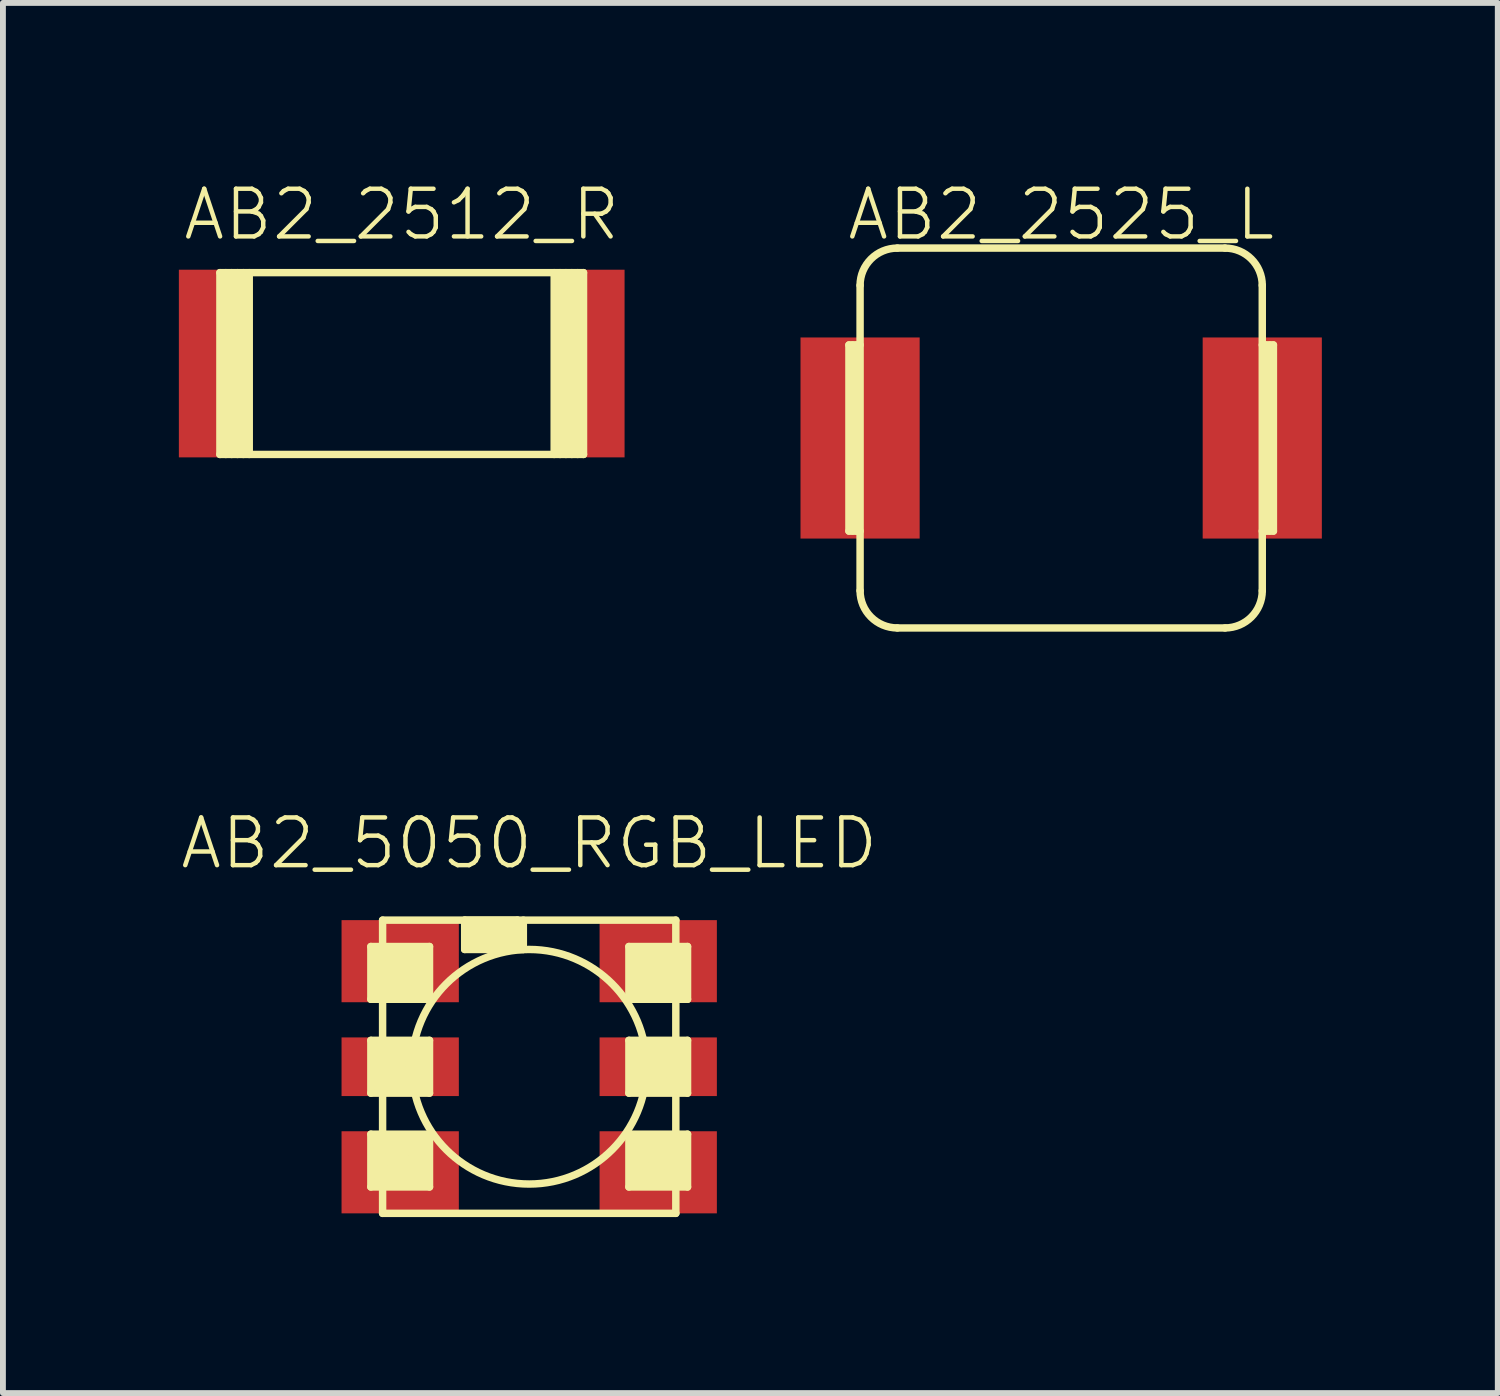
<source format=kicad_pcb>
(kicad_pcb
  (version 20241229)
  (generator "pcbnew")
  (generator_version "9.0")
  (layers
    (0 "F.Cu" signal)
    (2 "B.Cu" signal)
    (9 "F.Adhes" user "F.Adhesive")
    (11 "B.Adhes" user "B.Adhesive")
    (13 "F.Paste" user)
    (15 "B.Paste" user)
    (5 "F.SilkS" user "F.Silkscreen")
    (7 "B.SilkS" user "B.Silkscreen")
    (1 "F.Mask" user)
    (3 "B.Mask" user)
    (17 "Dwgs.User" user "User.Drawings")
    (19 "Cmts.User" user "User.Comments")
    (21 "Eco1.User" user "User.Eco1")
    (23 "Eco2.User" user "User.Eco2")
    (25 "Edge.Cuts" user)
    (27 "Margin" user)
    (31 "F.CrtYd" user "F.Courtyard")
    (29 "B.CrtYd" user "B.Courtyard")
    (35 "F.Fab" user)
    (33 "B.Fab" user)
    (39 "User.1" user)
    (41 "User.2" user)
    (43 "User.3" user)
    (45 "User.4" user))
  (footprint "AB2_5050_RGB_LED"
    (layer "F.Cu")
    (at 5.974 15.14)
    (property "Reference" "AB2_5050_RGB_LED" (at 0 -3.81 0) (layer "F.SilkS") (effects (font (size 0.813 0.813) (thickness 0.076))))
    (attr through_hole)
    (fp_line (start -2.7 -2.05) (end -2.7 -1.15) (stroke (width 0.127) (type solid)) (layer "F.SilkS"))
    (fp_line (start -2.7 -1.15) (end -1.7 -1.15) (stroke (width 0.127) (type solid)) (layer "F.SilkS"))
    (fp_line (start -2.7 -0.45) (end -1.7 -0.45) (stroke (width 0.127) (type solid)) (layer "F.SilkS"))
    (fp_line (start -2.7 0.45) (end -2.7 -0.45) (stroke (width 0.127) (type solid)) (layer "F.SilkS"))
    (fp_line (start -2.7 1.15) (end -2.7 2.05) (stroke (width 0.127) (type solid)) (layer "F.SilkS"))
    (fp_line (start -2.7 2.05) (end -1.7 2.05) (stroke (width 0.127) (type solid)) (layer "F.SilkS"))
    (fp_line (start -2.6 -1.95) (end -2.6 -1.25) (stroke (width 0.127) (type solid)) (layer "F.SilkS"))
    (fp_line (start -2.6 -1.25) (end -1.8 -1.25) (stroke (width 0.127) (type solid)) (layer "F.SilkS"))
    (fp_line (start -2.6 -0.35) (end -1.8 -0.35) (stroke (width 0.127) (type solid)) (layer "F.SilkS"))
    (fp_line (start -2.6 0.35) (end -2.6 -0.35) (stroke (width 0.127) (type solid)) (layer "F.SilkS"))
    (fp_line (start -2.6 1.25) (end -2.6 1.95) (stroke (width 0.127) (type solid)) (layer "F.SilkS"))
    (fp_line (start -2.6 1.95) (end -1.8 1.95) (stroke (width 0.127) (type solid)) (layer "F.SilkS"))
    (fp_line (start -2.5 -2.5) (end 2.5 -2.5) (stroke (width 0.127) (type solid)) (layer "F.SilkS"))
    (fp_line (start -2.5 -0.25) (end -1.9 -0.25) (stroke (width 0.127) (type solid)) (layer "F.SilkS"))
    (fp_line (start -2.5 0.25) (end -2.5 -0.25) (stroke (width 0.127) (type solid)) (layer "F.SilkS"))
    (fp_line (start -2.5 1.35) (end -2.5 1.85) (stroke (width 0.127) (type solid)) (layer "F.SilkS"))
    (fp_line (start -2.5 1.85) (end -1.9 1.85) (stroke (width 0.127) (type solid)) (layer "F.SilkS"))
    (fp_line (start -2.5 2.5) (end -2.5 -2.5) (stroke (width 0.127) (type solid)) (layer "F.SilkS"))
    (fp_line (start -2.4 -1.85) (end -2.4 -1.35) (stroke (width 0.127) (type solid)) (layer "F.SilkS"))
    (fp_line (start -2.4 -1.35) (end -1.9 -1.35) (stroke (width 0.127) (type solid)) (layer "F.SilkS"))
    (fp_line (start -2.4 -0.15) (end -2.05 -0.15) (stroke (width 0.127) (type solid)) (layer "F.SilkS"))
    (fp_line (start -2.4 0.15) (end -2.4 -0.15) (stroke (width 0.127) (type solid)) (layer "F.SilkS"))
    (fp_line (start -2.4 1.45) (end -2.4 1.75) (stroke (width 0.127) (type solid)) (layer "F.SilkS"))
    (fp_line (start -2.4 1.75) (end -2 1.75) (stroke (width 0.127) (type solid)) (layer "F.SilkS"))
    (fp_line (start -2.3 -1.75) (end -2.3 -1.45) (stroke (width 0.127) (type solid)) (layer "F.SilkS"))
    (fp_line (start -2.3 -1.45) (end -2 -1.45) (stroke (width 0.127) (type solid)) (layer "F.SilkS"))
    (fp_line (start -2.3 -0.05) (end -2.15 -0.05) (stroke (width 0.127) (type solid)) (layer "F.SilkS"))
    (fp_line (start -2.3 0.05) (end -2.3 -0.05) (stroke (width 0.127) (type solid)) (layer "F.SilkS"))
    (fp_line (start -2.3 1.55) (end -2.3 1.7) (stroke (width 0.127) (type solid)) (layer "F.SilkS"))
    (fp_line (start -2.3 1.65) (end -2.15 1.65) (stroke (width 0.127) (type solid)) (layer "F.SilkS"))
    (fp_line (start -2.25 1.7) (end -2.1 1.7) (stroke (width 0.127) (type solid)) (layer "F.SilkS"))
    (fp_line (start -2.2 -1.65) (end -2.2 -1.55) (stroke (width 0.127) (type solid)) (layer "F.SilkS"))
    (fp_line (start -2.2 -1.55) (end -2.1 -1.55) (stroke (width 0.127) (type solid)) (layer "F.SilkS"))
    (fp_line (start -2.15 -0.05) (end -2.15 0.05) (stroke (width 0.127) (type solid)) (layer "F.SilkS"))
    (fp_line (start -2.15 0.05) (end -2.3 0.05) (stroke (width 0.127) (type solid)) (layer "F.SilkS"))
    (fp_line (start -2.1 -1.65) (end -2.2 -1.65) (stroke (width 0.127) (type solid)) (layer "F.SilkS"))
    (fp_line (start -2.1 -1.55) (end -2.1 -1.65) (stroke (width 0.127) (type solid)) (layer "F.SilkS"))
    (fp_line (start -2.1 1.55) (end -2.3 1.55) (stroke (width 0.127) (type solid)) (layer "F.SilkS"))
    (fp_line (start -2.1 1.7) (end -2.1 1.6) (stroke (width 0.127) (type solid)) (layer "F.SilkS"))
    (fp_line (start -2.05 -0.15) (end -2.05 0.15) (stroke (width 0.127) (type solid)) (layer "F.SilkS"))
    (fp_line (start -2.05 0.15) (end -2.35 0.15) (stroke (width 0.127) (type solid)) (layer "F.SilkS"))
    (fp_line (start -2 -1.75) (end -2.3 -1.75) (stroke (width 0.127) (type solid)) (layer "F.SilkS"))
    (fp_line (start -2 -1.45) (end -2 -1.75) (stroke (width 0.127) (type solid)) (layer "F.SilkS"))
    (fp_line (start -2 1.45) (end -2.4 1.45) (stroke (width 0.127) (type solid)) (layer "F.SilkS"))
    (fp_line (start -2 1.75) (end -2 1.45) (stroke (width 0.127) (type solid)) (layer "F.SilkS"))
    (fp_line (start -1.9 -1.85) (end -2.4 -1.85) (stroke (width 0.127) (type solid)) (layer "F.SilkS"))
    (fp_line (start -1.9 -1.35) (end -1.9 -1.85) (stroke (width 0.127) (type solid)) (layer "F.SilkS"))
    (fp_line (start -1.9 -0.25) (end -1.9 0.25) (stroke (width 0.127) (type solid)) (layer "F.SilkS"))
    (fp_line (start -1.9 0.25) (end -2.5 0.25) (stroke (width 0.127) (type solid)) (layer "F.SilkS"))
    (fp_line (start -1.9 1.35) (end -2.5 1.35) (stroke (width 0.127) (type solid)) (layer "F.SilkS"))
    (fp_line (start -1.9 1.85) (end -1.9 1.35) (stroke (width 0.127) (type solid)) (layer "F.SilkS"))
    (fp_line (start -1.8 -1.95) (end -2.6 -1.95) (stroke (width 0.127) (type solid)) (layer "F.SilkS"))
    (fp_line (start -1.8 -1.25) (end -1.8 -1.95) (stroke (width 0.127) (type solid)) (layer "F.SilkS"))
    (fp_line (start -1.8 -0.35) (end -1.8 0.35) (stroke (width 0.127) (type solid)) (layer "F.SilkS"))
    (fp_line (start -1.8 0.35) (end -2.6 0.35) (stroke (width 0.127) (type solid)) (layer "F.SilkS"))
    (fp_line (start -1.8 1.25) (end -2.6 1.25) (stroke (width 0.127) (type solid)) (layer "F.SilkS"))
    (fp_line (start -1.8 1.95) (end -1.8 1.25) (stroke (width 0.127) (type solid)) (layer "F.SilkS"))
    (fp_line (start -1.7 -2.05) (end -2.7 -2.05) (stroke (width 0.127) (type solid)) (layer "F.SilkS"))
    (fp_line (start -1.7 -1.15) (end -1.7 -2.05) (stroke (width 0.127) (type solid)) (layer "F.SilkS"))
    (fp_line (start -1.7 -0.45) (end -1.7 0.45) (stroke (width 0.127) (type solid)) (layer "F.SilkS"))
    (fp_line (start -1.7 0.45) (end -2.7 0.45) (stroke (width 0.127) (type solid)) (layer "F.SilkS"))
    (fp_line (start -1.7 1.15) (end -2.7 1.15) (stroke (width 0.127) (type solid)) (layer "F.SilkS"))
    (fp_line (start -1.7 2.05) (end -1.7 1.15) (stroke (width 0.127) (type solid)) (layer "F.SilkS"))
    (fp_line (start -1.1 -2.5) (end -0.2 -2.5) (stroke (width 0.127) (type solid)) (layer "F.SilkS"))
    (fp_line (start -1.1 -2) (end -1.1 -2.5) (stroke (width 0.127) (type solid)) (layer "F.SilkS"))
    (fp_line (start -1 -2.4) (end -0.3 -2.4) (stroke (width 0.127) (type solid)) (layer "F.SilkS"))
    (fp_line (start -1 -2.1) (end -1 -2.4) (stroke (width 0.127) (type solid)) (layer "F.SilkS"))
    (fp_line (start -0.9 -2.3) (end -0.4 -2.3) (stroke (width 0.127) (type solid)) (layer "F.SilkS"))
    (fp_line (start -0.9 -2.2) (end -0.9 -2.3) (stroke (width 0.127) (type solid)) (layer "F.SilkS"))
    (fp_line (start -0.3 -2.4) (end -0.3 -2.2) (stroke (width 0.127) (type solid)) (layer "F.SilkS"))
    (fp_line (start -0.3 -2.2) (end -0.9 -2.2) (stroke (width 0.127) (type solid)) (layer "F.SilkS"))
    (fp_line (start -0.2 -2.5) (end -0.2 -2.1) (stroke (width 0.127) (type solid)) (layer "F.SilkS"))
    (fp_line (start -0.2 -2.1) (end -1 -2.1) (stroke (width 0.127) (type solid)) (layer "F.SilkS"))
    (fp_line (start -0.1 -2.5) (end -0.1 -2) (stroke (width 0.127) (type solid)) (layer "F.SilkS"))
    (fp_line (start -0.1 -2) (end -1.1 -2) (stroke (width 0.127) (type solid)) (layer "F.SilkS"))
    (fp_line (start 1.7 -2.05) (end 2.7 -2.05) (stroke (width 0.127) (type solid)) (layer "F.SilkS"))
    (fp_line (start 1.7 -1.15) (end 1.7 -2.05) (stroke (width 0.127) (type solid)) (layer "F.SilkS"))
    (fp_line (start 1.7 -0.45) (end 1.7 0.45) (stroke (width 0.127) (type solid)) (layer "F.SilkS"))
    (fp_line (start 1.7 0.45) (end 2.7 0.45) (stroke (width 0.127) (type solid)) (layer "F.SilkS"))
    (fp_line (start 1.7 1.15) (end 1.7 2.05) (stroke (width 0.127) (type solid)) (layer "F.SilkS"))
    (fp_line (start 1.7 2.05) (end 2.7 2.05) (stroke (width 0.127) (type solid)) (layer "F.SilkS"))
    (fp_line (start 1.8 -1.95) (end 2.6 -1.95) (stroke (width 0.127) (type solid)) (layer "F.SilkS"))
    (fp_line (start 1.8 -1.3) (end 1.8 -1.95) (stroke (width 0.127) (type solid)) (layer "F.SilkS"))
    (fp_line (start 1.8 -0.35) (end 1.8 0.35) (stroke (width 0.127) (type solid)) (layer "F.SilkS"))
    (fp_line (start 1.8 0.35) (end 2.6 0.35) (stroke (width 0.127) (type solid)) (layer "F.SilkS"))
    (fp_line (start 1.8 1.25) (end 1.8 1.95) (stroke (width 0.127) (type solid)) (layer "F.SilkS"))
    (fp_line (start 1.8 1.95) (end 2.6 1.95) (stroke (width 0.127) (type solid)) (layer "F.SilkS"))
    (fp_line (start 1.9 -1.85) (end 2.4 -1.85) (stroke (width 0.127) (type solid)) (layer "F.SilkS"))
    (fp_line (start 1.9 -1.35) (end 1.9 -1.85) (stroke (width 0.127) (type solid)) (layer "F.SilkS"))
    (fp_line (start 1.9 -0.25) (end 1.9 0.25) (stroke (width 0.127) (type solid)) (layer "F.SilkS"))
    (fp_line (start 1.9 0.25) (end 2.5 0.25) (stroke (width 0.127) (type solid)) (layer "F.SilkS"))
    (fp_line (start 1.9 1.35) (end 1.9 1.85) (stroke (width 0.127) (type solid)) (layer "F.SilkS"))
    (fp_line (start 1.9 1.85) (end 2.55 1.85) (stroke (width 0.127) (type solid)) (layer "F.SilkS"))
    (fp_line (start 2 -1.75) (end 2.3 -1.75) (stroke (width 0.127) (type solid)) (layer "F.SilkS"))
    (fp_line (start 2 -1.45) (end 2 -1.75) (stroke (width 0.127) (type solid)) (layer "F.SilkS"))
    (fp_line (start 2 1.45) (end 2 1.75) (stroke (width 0.127) (type solid)) (layer "F.SilkS"))
    (fp_line (start 2 1.75) (end 2.45 1.75) (stroke (width 0.127) (type solid)) (layer "F.SilkS"))
    (fp_line (start 2.05 -0.15) (end 2.05 0.15) (stroke (width 0.127) (type solid)) (layer "F.SilkS"))
    (fp_line (start 2.05 0.15) (end 2.4 0.15) (stroke (width 0.127) (type solid)) (layer "F.SilkS"))
    (fp_line (start 2.1 -1.65) (end 2.2 -1.65) (stroke (width 0.127) (type solid)) (layer "F.SilkS"))
    (fp_line (start 2.1 -1.55) (end 2.1 -1.65) (stroke (width 0.127) (type solid)) (layer "F.SilkS"))
    (fp_line (start 2.1 1.55) (end 2.1 1.7) (stroke (width 0.127) (type solid)) (layer "F.SilkS"))
    (fp_line (start 2.1 1.65) (end 2.3 1.65) (stroke (width 0.127) (type solid)) (layer "F.SilkS"))
    (fp_line (start 2.1 1.7) (end 2.35 1.7) (stroke (width 0.127) (type solid)) (layer "F.SilkS"))
    (fp_line (start 2.15 -0.05) (end 2.15 0.05) (stroke (width 0.127) (type solid)) (layer "F.SilkS"))
    (fp_line (start 2.15 0.05) (end 2.3 0.05) (stroke (width 0.127) (type solid)) (layer "F.SilkS"))
    (fp_line (start 2.2 -1.65) (end 2.2 -1.55) (stroke (width 0.127) (type solid)) (layer "F.SilkS"))
    (fp_line (start 2.2 -1.55) (end 2.1 -1.55) (stroke (width 0.127) (type solid)) (layer "F.SilkS"))
    (fp_line (start 2.3 -1.75) (end 2.3 -1.45) (stroke (width 0.127) (type solid)) (layer "F.SilkS"))
    (fp_line (start 2.3 -1.45) (end 2 -1.45) (stroke (width 0.127) (type solid)) (layer "F.SilkS"))
    (fp_line (start 2.3 -0.05) (end 2.15 -0.05) (stroke (width 0.127) (type solid)) (layer "F.SilkS"))
    (fp_line (start 2.3 0.05) (end 2.3 -0.05) (stroke (width 0.127) (type solid)) (layer "F.SilkS"))
    (fp_line (start 2.35 1.55) (end 2.1 1.55) (stroke (width 0.127) (type solid)) (layer "F.SilkS"))
    (fp_line (start 2.35 1.7) (end 2.35 1.55) (stroke (width 0.127) (type solid)) (layer "F.SilkS"))
    (fp_line (start 2.4 -1.85) (end 2.4 -1.35) (stroke (width 0.127) (type solid)) (layer "F.SilkS"))
    (fp_line (start 2.4 -1.35) (end 1.9 -1.35) (stroke (width 0.127) (type solid)) (layer "F.SilkS"))
    (fp_line (start 2.4 -0.15) (end 2.05 -0.15) (stroke (width 0.127) (type solid)) (layer "F.SilkS"))
    (fp_line (start 2.4 0.15) (end 2.4 -0.15) (stroke (width 0.127) (type solid)) (layer "F.SilkS"))
    (fp_line (start 2.45 1.45) (end 2 1.45) (stroke (width 0.127) (type solid)) (layer "F.SilkS"))
    (fp_line (start 2.45 1.75) (end 2.45 1.45) (stroke (width 0.127) (type solid)) (layer "F.SilkS"))
    (fp_line (start 2.5 -2.5) (end 2.5 2.5) (stroke (width 0.127) (type solid)) (layer "F.SilkS"))
    (fp_line (start 2.5 -0.25) (end 1.9 -0.25) (stroke (width 0.127) (type solid)) (layer "F.SilkS"))
    (fp_line (start 2.5 0.25) (end 2.5 -0.25) (stroke (width 0.127) (type solid)) (layer "F.SilkS"))
    (fp_line (start 2.5 2.5) (end -2.5 2.5) (stroke (width 0.127) (type solid)) (layer "F.SilkS"))
    (fp_line (start 2.55 1.35) (end 1.9 1.35) (stroke (width 0.127) (type solid)) (layer "F.SilkS"))
    (fp_line (start 2.55 1.85) (end 2.55 1.35) (stroke (width 0.127) (type solid)) (layer "F.SilkS"))
    (fp_line (start 2.6 -1.95) (end 2.6 -1.25) (stroke (width 0.127) (type solid)) (layer "F.SilkS"))
    (fp_line (start 2.6 -1.25) (end 1.8 -1.25) (stroke (width 0.127) (type solid)) (layer "F.SilkS"))
    (fp_line (start 2.6 -0.35) (end 1.8 -0.35) (stroke (width 0.127) (type solid)) (layer "F.SilkS"))
    (fp_line (start 2.6 0.35) (end 2.6 -0.35) (stroke (width 0.127) (type solid)) (layer "F.SilkS"))
    (fp_line (start 2.6 1.25) (end 1.8 1.25) (stroke (width 0.127) (type solid)) (layer "F.SilkS"))
    (fp_line (start 2.6 1.95) (end 2.6 1.25) (stroke (width 0.127) (type solid)) (layer "F.SilkS"))
    (fp_line (start 2.7 -2.05) (end 2.7 -1.15) (stroke (width 0.127) (type solid)) (layer "F.SilkS"))
    (fp_line (start 2.7 -1.15) (end 1.7 -1.15) (stroke (width 0.127) (type solid)) (layer "F.SilkS"))
    (fp_line (start 2.7 -0.45) (end 1.7 -0.45) (stroke (width 0.127) (type solid)) (layer "F.SilkS"))
    (fp_line (start 2.7 0.45) (end 2.7 -0.45) (stroke (width 0.127) (type solid)) (layer "F.SilkS"))
    (fp_line (start 2.7 1.15) (end 1.7 1.15) (stroke (width 0.127) (type solid)) (layer "F.SilkS"))
    (fp_line (start 2.7 2.05) (end 2.7 1.15) (stroke (width 0.127) (type solid)) (layer "F.SilkS"))
    (fp_circle (center 0 0) (end 0 -2) (stroke (width 0.127) (type solid)) (fill no) (layer "F.SilkS"))
    (pad "1" smd rect (at -2.2 -1.8) (size 2 1.4) (layers "F.Cu" "F.Mask" "F.Paste"))
    (pad "2" smd rect (at -2.2 0) (size 2 1) (layers "F.Cu" "F.Mask" "F.Paste"))
    (pad "3" smd rect (at -2.2 1.8) (size 2 1.4) (layers "F.Cu" "F.Mask" "F.Paste"))
    (pad "4" smd rect (at 2.2 1.8) (size 2 1.4) (layers "F.Cu" "F.Mask" "F.Paste"))
    (pad "5" smd rect (at 2.2 0) (size 2 1) (layers "F.Cu" "F.Mask" "F.Paste"))
    (pad "6" smd rect (at 2.2 -1.8) (size 2 1.4) (layers "F.Cu" "F.Mask" "F.Paste")))
  (footprint "AB2_2512_R"
    (layer "F.Cu")
    (at 3.8 3.149)
    (property "Reference" "AB2_2512_R" (at 0 -2.54 0) (layer "F.SilkS") (effects (font (size 0.813 0.813) (thickness 0.076))))
    (attr through_hole)
    (fp_line (start -3.1 -1.55) (end 3.1 -1.55) (stroke (width 0.127) (type solid)) (layer "F.SilkS"))
    (fp_line (start -3.1 1.55) (end -3.1 -1.55) (stroke (width 0.127) (type solid)) (layer "F.SilkS"))
    (fp_line (start -3 -1.55) (end -3 1.55) (stroke (width 0.127) (type solid)) (layer "F.SilkS"))
    (fp_line (start -2.9 1.55) (end -2.9 -1.55) (stroke (width 0.127) (type solid)) (layer "F.SilkS"))
    (fp_line (start -2.8 -1.55) (end -2.8 1.55) (stroke (width 0.127) (type solid)) (layer "F.SilkS"))
    (fp_line (start -2.7 1.55) (end -2.7 -1.55) (stroke (width 0.127) (type solid)) (layer "F.SilkS"))
    (fp_line (start -2.6 -1.55) (end -2.6 1.55) (stroke (width 0.127) (type solid)) (layer "F.SilkS"))
    (fp_line (start 2.6 1.55) (end 2.6 -1.55) (stroke (width 0.127) (type solid)) (layer "F.SilkS"))
    (fp_line (start 2.7 -1.55) (end 2.7 1.55) (stroke (width 0.127) (type solid)) (layer "F.SilkS"))
    (fp_line (start 2.8 1.55) (end 2.8 -1.55) (stroke (width 0.127) (type solid)) (layer "F.SilkS"))
    (fp_line (start 2.9 -1.55) (end 2.9 1.55) (stroke (width 0.127) (type solid)) (layer "F.SilkS"))
    (fp_line (start 3 1.55) (end 3 -1.55) (stroke (width 0.127) (type solid)) (layer "F.SilkS"))
    (fp_line (start 3.1 -1.55) (end 3.1 1.55) (stroke (width 0.127) (type solid)) (layer "F.SilkS"))
    (fp_line (start 3.1 1.55) (end -3.1 1.55) (stroke (width 0.127) (type solid)) (layer "F.SilkS"))
    (pad "1" smd rect (at -3.2 0) (size 1.2 3.2) (layers "F.Cu" "F.Mask" "F.Paste"))
    (pad "2" smd rect (at 3.2 0) (size 1.2 3.2) (layers "F.Cu" "F.Mask" "F.Paste")))
  (footprint "AB2_2525_L"
    (layer "F.Cu")
    (at 15.045 4.419)
    (property "Reference" "AB2_2525_L" (at 0 -3.81 0) (layer "F.SilkS") (effects (font (size 0.813 0.813) (thickness 0.076))))
    (attr through_hole)
    (fp_line (start -3.619 -1.587) (end -3.619 1.587) (stroke (width 0.127) (type solid)) (layer "F.SilkS"))
    (fp_line (start -3.619 1.587) (end -3.429 1.587) (stroke (width 0.127) (type solid)) (layer "F.SilkS"))
    (fp_line (start -3.556 -1.587) (end -3.556 1.587) (stroke (width 0.127) (type solid)) (layer "F.SilkS"))
    (fp_line (start -3.493 1.587) (end -3.493 -1.587) (stroke (width 0.127) (type solid)) (layer "F.SilkS"))
    (fp_line (start -3.429 -2.603) (end -3.429 2.603) (stroke (width 0.127) (type solid)) (layer "F.SilkS"))
    (fp_line (start -3.429 -1.587) (end -3.619 -1.587) (stroke (width 0.127) (type solid)) (layer "F.SilkS"))
    (fp_line (start -2.794 -3.239) (end 2.794 -3.239) (stroke (width 0.127) (type solid)) (layer "F.SilkS"))
    (fp_line (start -2.794 3.239) (end 2.794 3.239) (stroke (width 0.127) (type solid)) (layer "F.SilkS"))
    (fp_line (start 3.429 -2.603) (end 3.429 2.603) (stroke (width 0.127) (type solid)) (layer "F.SilkS"))
    (fp_line (start 3.429 -1.587) (end 3.619 -1.587) (stroke (width 0.127) (type solid)) (layer "F.SilkS"))
    (fp_line (start 3.493 -1.587) (end 3.493 1.587) (stroke (width 0.127) (type solid)) (layer "F.SilkS"))
    (fp_line (start 3.556 1.587) (end 3.556 -1.587) (stroke (width 0.127) (type solid)) (layer "F.SilkS"))
    (fp_line (start 3.619 -1.587) (end 3.619 1.587) (stroke (width 0.127) (type solid)) (layer "F.SilkS"))
    (fp_line (start 3.619 1.587) (end 3.429 1.587) (stroke (width 0.127) (type solid)) (layer "F.SilkS"))
    (fp_arc (start -3.429 -2.6035) (mid -3.243013 -3.052513) (end -2.794 -3.2385) (stroke (width 0.127) (type solid)) (layer "F.SilkS"))
    (fp_arc (start -2.794 3.2385) (mid -3.243013 3.052513) (end -3.429 2.6035) (stroke (width 0.127) (type solid)) (layer "F.SilkS"))
    (fp_arc (start 2.794 -3.2385) (mid 3.243013 -3.052513) (end 3.429 -2.6035) (stroke (width 0.127) (type solid)) (layer "F.SilkS"))
    (fp_arc (start 3.429 2.6035) (mid 3.243013 3.052513) (end 2.794 3.2385) (stroke (width 0.127) (type solid)) (layer "F.SilkS"))
    (pad "1" smd rect (at -3.429 0) (size 2.032 3.429) (layers "F.Cu" "F.Mask" "F.Paste"))
    (pad "2" smd rect (at 3.429 0) (size 2.032 3.429) (layers "F.Cu" "F.Mask" "F.Paste")))
  (gr_rect
    (start -3 -3)
    (end 22.49 20.704)
    (stroke (width 0.1) (type default))
    (fill no)
    (layer "Edge.Cuts")))
</source>
